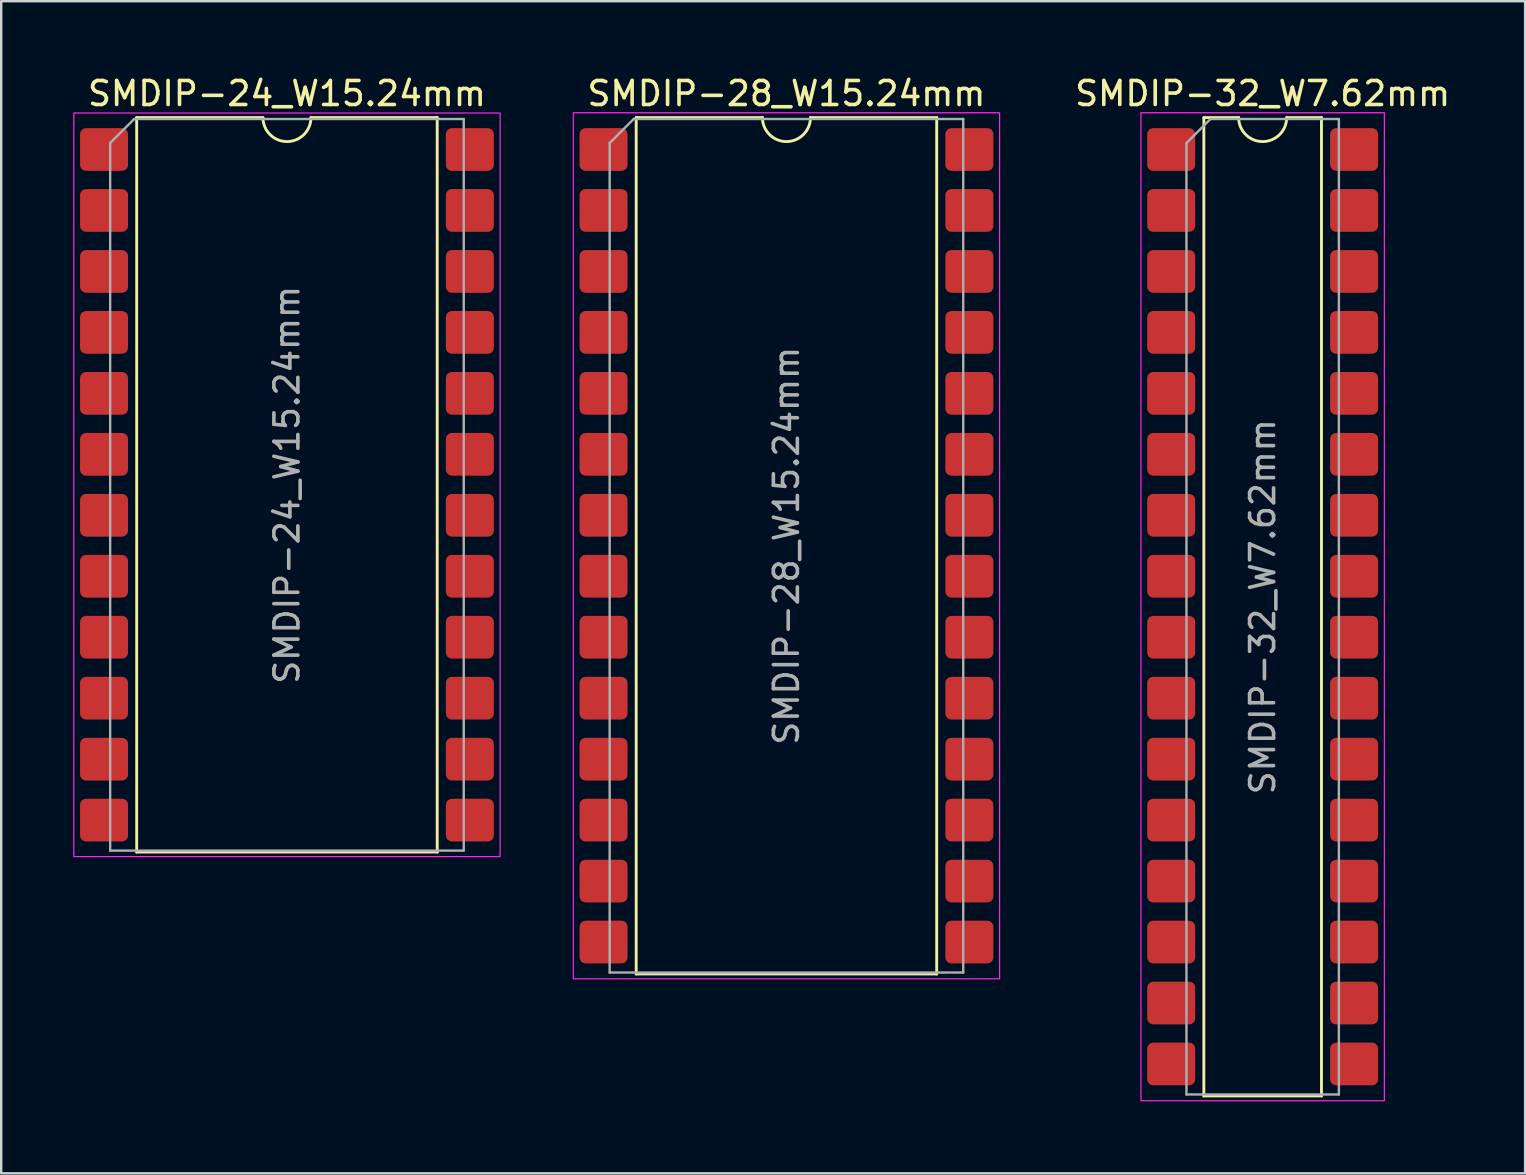
<source format=kicad_pcb>
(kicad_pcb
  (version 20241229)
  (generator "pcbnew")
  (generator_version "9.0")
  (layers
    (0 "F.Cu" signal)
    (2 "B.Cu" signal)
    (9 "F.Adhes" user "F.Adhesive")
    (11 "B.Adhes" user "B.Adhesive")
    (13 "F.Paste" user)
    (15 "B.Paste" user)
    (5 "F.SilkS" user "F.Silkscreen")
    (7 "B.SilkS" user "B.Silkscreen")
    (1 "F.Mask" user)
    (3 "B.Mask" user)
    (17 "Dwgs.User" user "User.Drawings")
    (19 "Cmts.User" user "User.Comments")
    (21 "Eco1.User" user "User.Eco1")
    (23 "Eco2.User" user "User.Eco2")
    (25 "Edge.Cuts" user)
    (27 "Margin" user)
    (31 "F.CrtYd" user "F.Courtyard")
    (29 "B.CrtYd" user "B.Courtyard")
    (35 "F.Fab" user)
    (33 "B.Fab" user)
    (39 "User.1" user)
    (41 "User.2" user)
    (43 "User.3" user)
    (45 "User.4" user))
  (footprint "SMDIP-32_W7.62mm"
    (layer "F.Cu")
    (at 49.555 22.228)
    (property "Reference" "SMDIP-32_W7.62mm" (at 0 -21.38 0) (layer "F.SilkS") (effects (font (size 1 1) (thickness 0.15))))
    (attr smd)
    (fp_line (start -2.45 -20.38) (end -2.45 20.38) (stroke (width 0.12) (type solid)) (layer "F.SilkS"))
    (fp_line (start -2.45 20.38) (end 2.45 20.38) (stroke (width 0.12) (type solid)) (layer "F.SilkS"))
    (fp_line (start -1 -20.38) (end -2.45 -20.38) (stroke (width 0.12) (type solid)) (layer "F.SilkS"))
    (fp_line (start 2.45 -20.38) (end 1 -20.38) (stroke (width 0.12) (type solid)) (layer "F.SilkS"))
    (fp_line (start 2.45 20.38) (end 2.45 -20.38) (stroke (width 0.12) (type solid)) (layer "F.SilkS"))
    (fp_arc (start 1 -20.38) (mid 0 -19.38) (end -1 -20.38) (stroke (width 0.12) (type solid)) (layer "F.SilkS"))
    (fp_rect (start -5.07 -20.58) (end 5.07 20.58) (stroke (width 0.05) (type solid)) (fill no) (layer "F.CrtYd"))
    (fp_line (start -3.175 -19.32) (end -2.175 -20.32) (stroke (width 0.1) (type solid)) (layer "F.Fab"))
    (fp_line (start -3.175 20.32) (end -3.175 -19.32) (stroke (width 0.1) (type solid)) (layer "F.Fab"))
    (fp_line (start -2.175 -20.32) (end 3.175 -20.32) (stroke (width 0.1) (type solid)) (layer "F.Fab"))
    (fp_line (start 3.175 -20.32) (end 3.175 20.32) (stroke (width 0.1) (type solid)) (layer "F.Fab"))
    (fp_line (start 3.175 20.32) (end -3.175 20.32) (stroke (width 0.1) (type solid)) (layer "F.Fab"))
    (fp_text user "${REFERENCE}" (at 0 0 90) (layer "F.Fab") (effects (font (size 1 1) (thickness 0.15))))
    (pad "1" smd roundrect (at -3.81 -19.05) (size 2 1.78) (layers "F.Cu" "F.Mask" "F.Paste") (roundrect_rratio 0.14))
    (pad "2" smd roundrect (at -3.81 -16.51) (size 2 1.78) (layers "F.Cu" "F.Mask" "F.Paste") (roundrect_rratio 0.14))
    (pad "3" smd roundrect (at -3.81 -13.97) (size 2 1.78) (layers "F.Cu" "F.Mask" "F.Paste") (roundrect_rratio 0.14))
    (pad "4" smd roundrect (at -3.81 -11.43) (size 2 1.78) (layers "F.Cu" "F.Mask" "F.Paste") (roundrect_rratio 0.14))
    (pad "5" smd roundrect (at -3.81 -8.89) (size 2 1.78) (layers "F.Cu" "F.Mask" "F.Paste") (roundrect_rratio 0.14))
    (pad "6" smd roundrect (at -3.81 -6.35) (size 2 1.78) (layers "F.Cu" "F.Mask" "F.Paste") (roundrect_rratio 0.14))
    (pad "7" smd roundrect (at -3.81 -3.81) (size 2 1.78) (layers "F.Cu" "F.Mask" "F.Paste") (roundrect_rratio 0.14))
    (pad "8" smd roundrect (at -3.81 -1.27) (size 2 1.78) (layers "F.Cu" "F.Mask" "F.Paste") (roundrect_rratio 0.14))
    (pad "9" smd roundrect (at -3.81 1.27) (size 2 1.78) (layers "F.Cu" "F.Mask" "F.Paste") (roundrect_rratio 0.14))
    (pad "10" smd roundrect (at -3.81 3.81) (size 2 1.78) (layers "F.Cu" "F.Mask" "F.Paste") (roundrect_rratio 0.14))
    (pad "11" smd roundrect (at -3.81 6.35) (size 2 1.78) (layers "F.Cu" "F.Mask" "F.Paste") (roundrect_rratio 0.14))
    (pad "12" smd roundrect (at -3.81 8.89) (size 2 1.78) (layers "F.Cu" "F.Mask" "F.Paste") (roundrect_rratio 0.14))
    (pad "13" smd roundrect (at -3.81 11.43) (size 2 1.78) (layers "F.Cu" "F.Mask" "F.Paste") (roundrect_rratio 0.14))
    (pad "14" smd roundrect (at -3.81 13.97) (size 2 1.78) (layers "F.Cu" "F.Mask" "F.Paste") (roundrect_rratio 0.14))
    (pad "15" smd roundrect (at -3.81 16.51) (size 2 1.78) (layers "F.Cu" "F.Mask" "F.Paste") (roundrect_rratio 0.14))
    (pad "16" smd roundrect (at -3.81 19.05) (size 2 1.78) (layers "F.Cu" "F.Mask" "F.Paste") (roundrect_rratio 0.14))
    (pad "17" smd roundrect (at 3.81 19.05) (size 2 1.78) (layers "F.Cu" "F.Mask" "F.Paste") (roundrect_rratio 0.14))
    (pad "18" smd roundrect (at 3.81 16.51) (size 2 1.78) (layers "F.Cu" "F.Mask" "F.Paste") (roundrect_rratio 0.14))
    (pad "19" smd roundrect (at 3.81 13.97) (size 2 1.78) (layers "F.Cu" "F.Mask" "F.Paste") (roundrect_rratio 0.14))
    (pad "20" smd roundrect (at 3.81 11.43) (size 2 1.78) (layers "F.Cu" "F.Mask" "F.Paste") (roundrect_rratio 0.14))
    (pad "21" smd roundrect (at 3.81 8.89) (size 2 1.78) (layers "F.Cu" "F.Mask" "F.Paste") (roundrect_rratio 0.14))
    (pad "22" smd roundrect (at 3.81 6.35) (size 2 1.78) (layers "F.Cu" "F.Mask" "F.Paste") (roundrect_rratio 0.14))
    (pad "23" smd roundrect (at 3.81 3.81) (size 2 1.78) (layers "F.Cu" "F.Mask" "F.Paste") (roundrect_rratio 0.14))
    (pad "24" smd roundrect (at 3.81 1.27) (size 2 1.78) (layers "F.Cu" "F.Mask" "F.Paste") (roundrect_rratio 0.14))
    (pad "25" smd roundrect (at 3.81 -1.27) (size 2 1.78) (layers "F.Cu" "F.Mask" "F.Paste") (roundrect_rratio 0.14))
    (pad "26" smd roundrect (at 3.81 -3.81) (size 2 1.78) (layers "F.Cu" "F.Mask" "F.Paste") (roundrect_rratio 0.14))
    (pad "27" smd roundrect (at 3.81 -6.35) (size 2 1.78) (layers "F.Cu" "F.Mask" "F.Paste") (roundrect_rratio 0.14))
    (pad "28" smd roundrect (at 3.81 -8.89) (size 2 1.78) (layers "F.Cu" "F.Mask" "F.Paste") (roundrect_rratio 0.14))
    (pad "29" smd roundrect (at 3.81 -11.43) (size 2 1.78) (layers "F.Cu" "F.Mask" "F.Paste") (roundrect_rratio 0.14))
    (pad "30" smd roundrect (at 3.81 -13.97) (size 2 1.78) (layers "F.Cu" "F.Mask" "F.Paste") (roundrect_rratio 0.14))
    (pad "31" smd roundrect (at 3.81 -16.51) (size 2 1.78) (layers "F.Cu" "F.Mask" "F.Paste") (roundrect_rratio 0.14))
    (pad "32" smd roundrect (at 3.81 -19.05) (size 2 1.78) (layers "F.Cu" "F.Mask" "F.Paste") (roundrect_rratio 0.14)))
  (footprint "SMDIP-24_W15.24mm"
    (layer "F.Cu")
    (at 8.905 17.148)
    (property "Reference" "SMDIP-24_W15.24mm" (at 0 -16.3 0) (layer "F.SilkS") (effects (font (size 1 1) (thickness 0.15))))
    (attr smd)
    (fp_line (start -6.26 -15.3) (end -6.26 15.3) (stroke (width 0.12) (type solid)) (layer "F.SilkS"))
    (fp_line (start -6.26 15.3) (end 6.26 15.3) (stroke (width 0.12) (type solid)) (layer "F.SilkS"))
    (fp_line (start -1 -15.3) (end -6.26 -15.3) (stroke (width 0.12) (type solid)) (layer "F.SilkS"))
    (fp_line (start 6.26 -15.3) (end 1 -15.3) (stroke (width 0.12) (type solid)) (layer "F.SilkS"))
    (fp_line (start 6.26 15.3) (end 6.26 -15.3) (stroke (width 0.12) (type solid)) (layer "F.SilkS"))
    (fp_arc (start 1 -15.3) (mid 0 -14.3) (end -1 -15.3) (stroke (width 0.12) (type solid)) (layer "F.SilkS"))
    (fp_rect (start -8.88 -15.49) (end 8.88 15.49) (stroke (width 0.05) (type solid)) (fill no) (layer "F.CrtYd"))
    (fp_line (start -7.365 -14.24) (end -6.365 -15.24) (stroke (width 0.1) (type solid)) (layer "F.Fab"))
    (fp_line (start -7.365 15.24) (end -7.365 -14.24) (stroke (width 0.1) (type solid)) (layer "F.Fab"))
    (fp_line (start -6.365 -15.24) (end 7.365 -15.24) (stroke (width 0.1) (type solid)) (layer "F.Fab"))
    (fp_line (start 7.365 -15.24) (end 7.365 15.24) (stroke (width 0.1) (type solid)) (layer "F.Fab"))
    (fp_line (start 7.365 15.24) (end -7.365 15.24) (stroke (width 0.1) (type solid)) (layer "F.Fab"))
    (fp_text user "${REFERENCE}" (at 0 0 90) (layer "F.Fab") (effects (font (size 1 1) (thickness 0.15))))
    (pad "1" smd roundrect (at -7.62 -13.97) (size 2 1.78) (layers "F.Cu" "F.Mask" "F.Paste") (roundrect_rratio 0.14))
    (pad "2" smd roundrect (at -7.62 -11.43) (size 2 1.78) (layers "F.Cu" "F.Mask" "F.Paste") (roundrect_rratio 0.14))
    (pad "3" smd roundrect (at -7.62 -8.89) (size 2 1.78) (layers "F.Cu" "F.Mask" "F.Paste") (roundrect_rratio 0.14))
    (pad "4" smd roundrect (at -7.62 -6.35) (size 2 1.78) (layers "F.Cu" "F.Mask" "F.Paste") (roundrect_rratio 0.14))
    (pad "5" smd roundrect (at -7.62 -3.81) (size 2 1.78) (layers "F.Cu" "F.Mask" "F.Paste") (roundrect_rratio 0.14))
    (pad "6" smd roundrect (at -7.62 -1.27) (size 2 1.78) (layers "F.Cu" "F.Mask" "F.Paste") (roundrect_rratio 0.14))
    (pad "7" smd roundrect (at -7.62 1.27) (size 2 1.78) (layers "F.Cu" "F.Mask" "F.Paste") (roundrect_rratio 0.14))
    (pad "8" smd roundrect (at -7.62 3.81) (size 2 1.78) (layers "F.Cu" "F.Mask" "F.Paste") (roundrect_rratio 0.14))
    (pad "9" smd roundrect (at -7.62 6.35) (size 2 1.78) (layers "F.Cu" "F.Mask" "F.Paste") (roundrect_rratio 0.14))
    (pad "10" smd roundrect (at -7.62 8.89) (size 2 1.78) (layers "F.Cu" "F.Mask" "F.Paste") (roundrect_rratio 0.14))
    (pad "11" smd roundrect (at -7.62 11.43) (size 2 1.78) (layers "F.Cu" "F.Mask" "F.Paste") (roundrect_rratio 0.14))
    (pad "12" smd roundrect (at -7.62 13.97) (size 2 1.78) (layers "F.Cu" "F.Mask" "F.Paste") (roundrect_rratio 0.14))
    (pad "13" smd roundrect (at 7.62 13.97) (size 2 1.78) (layers "F.Cu" "F.Mask" "F.Paste") (roundrect_rratio 0.14))
    (pad "14" smd roundrect (at 7.62 11.43) (size 2 1.78) (layers "F.Cu" "F.Mask" "F.Paste") (roundrect_rratio 0.14))
    (pad "15" smd roundrect (at 7.62 8.89) (size 2 1.78) (layers "F.Cu" "F.Mask" "F.Paste") (roundrect_rratio 0.14))
    (pad "16" smd roundrect (at 7.62 6.35) (size 2 1.78) (layers "F.Cu" "F.Mask" "F.Paste") (roundrect_rratio 0.14))
    (pad "17" smd roundrect (at 7.62 3.81) (size 2 1.78) (layers "F.Cu" "F.Mask" "F.Paste") (roundrect_rratio 0.14))
    (pad "18" smd roundrect (at 7.62 1.27) (size 2 1.78) (layers "F.Cu" "F.Mask" "F.Paste") (roundrect_rratio 0.14))
    (pad "19" smd roundrect (at 7.62 -1.27) (size 2 1.78) (layers "F.Cu" "F.Mask" "F.Paste") (roundrect_rratio 0.14))
    (pad "20" smd roundrect (at 7.62 -3.81) (size 2 1.78) (layers "F.Cu" "F.Mask" "F.Paste") (roundrect_rratio 0.14))
    (pad "21" smd roundrect (at 7.62 -6.35) (size 2 1.78) (layers "F.Cu" "F.Mask" "F.Paste") (roundrect_rratio 0.14))
    (pad "22" smd roundrect (at 7.62 -8.89) (size 2 1.78) (layers "F.Cu" "F.Mask" "F.Paste") (roundrect_rratio 0.14))
    (pad "23" smd roundrect (at 7.62 -11.43) (size 2 1.78) (layers "F.Cu" "F.Mask" "F.Paste") (roundrect_rratio 0.14))
    (pad "24" smd roundrect (at 7.62 -13.97) (size 2 1.78) (layers "F.Cu" "F.Mask" "F.Paste") (roundrect_rratio 0.14)))
  (footprint "SMDIP-28_W15.24mm"
    (layer "F.Cu")
    (at 29.715 19.688)
    (property "Reference" "SMDIP-28_W15.24mm" (at 0 -18.84 0) (layer "F.SilkS") (effects (font (size 1 1) (thickness 0.15))))
    (attr smd)
    (fp_line (start -6.26 -17.84) (end -6.26 17.84) (stroke (width 0.12) (type solid)) (layer "F.SilkS"))
    (fp_line (start -6.26 17.84) (end 6.26 17.84) (stroke (width 0.12) (type solid)) (layer "F.SilkS"))
    (fp_line (start -1 -17.84) (end -6.26 -17.84) (stroke (width 0.12) (type solid)) (layer "F.SilkS"))
    (fp_line (start 6.26 -17.84) (end 1 -17.84) (stroke (width 0.12) (type solid)) (layer "F.SilkS"))
    (fp_line (start 6.26 17.84) (end 6.26 -17.84) (stroke (width 0.12) (type solid)) (layer "F.SilkS"))
    (fp_arc (start 1 -17.84) (mid 0 -16.84) (end -1 -17.84) (stroke (width 0.12) (type solid)) (layer "F.SilkS"))
    (fp_rect (start -8.88 -18.04) (end 8.88 18.04) (stroke (width 0.05) (type solid)) (fill no) (layer "F.CrtYd"))
    (fp_line (start -7.365 -16.78) (end -6.365 -17.78) (stroke (width 0.1) (type solid)) (layer "F.Fab"))
    (fp_line (start -7.365 17.78) (end -7.365 -16.78) (stroke (width 0.1) (type solid)) (layer "F.Fab"))
    (fp_line (start -6.365 -17.78) (end 7.365 -17.78) (stroke (width 0.1) (type solid)) (layer "F.Fab"))
    (fp_line (start 7.365 -17.78) (end 7.365 17.78) (stroke (width 0.1) (type solid)) (layer "F.Fab"))
    (fp_line (start 7.365 17.78) (end -7.365 17.78) (stroke (width 0.1) (type solid)) (layer "F.Fab"))
    (fp_text user "${REFERENCE}" (at 0 0 90) (layer "F.Fab") (effects (font (size 1 1) (thickness 0.15))))
    (pad "1" smd roundrect (at -7.62 -16.51) (size 2 1.78) (layers "F.Cu" "F.Mask" "F.Paste") (roundrect_rratio 0.14))
    (pad "2" smd roundrect (at -7.62 -13.97) (size 2 1.78) (layers "F.Cu" "F.Mask" "F.Paste") (roundrect_rratio 0.14))
    (pad "3" smd roundrect (at -7.62 -11.43) (size 2 1.78) (layers "F.Cu" "F.Mask" "F.Paste") (roundrect_rratio 0.14))
    (pad "4" smd roundrect (at -7.62 -8.89) (size 2 1.78) (layers "F.Cu" "F.Mask" "F.Paste") (roundrect_rratio 0.14))
    (pad "5" smd roundrect (at -7.62 -6.35) (size 2 1.78) (layers "F.Cu" "F.Mask" "F.Paste") (roundrect_rratio 0.14))
    (pad "6" smd roundrect (at -7.62 -3.81) (size 2 1.78) (layers "F.Cu" "F.Mask" "F.Paste") (roundrect_rratio 0.14))
    (pad "7" smd roundrect (at -7.62 -1.27) (size 2 1.78) (layers "F.Cu" "F.Mask" "F.Paste") (roundrect_rratio 0.14))
    (pad "8" smd roundrect (at -7.62 1.27) (size 2 1.78) (layers "F.Cu" "F.Mask" "F.Paste") (roundrect_rratio 0.14))
    (pad "9" smd roundrect (at -7.62 3.81) (size 2 1.78) (layers "F.Cu" "F.Mask" "F.Paste") (roundrect_rratio 0.14))
    (pad "10" smd roundrect (at -7.62 6.35) (size 2 1.78) (layers "F.Cu" "F.Mask" "F.Paste") (roundrect_rratio 0.14))
    (pad "11" smd roundrect (at -7.62 8.89) (size 2 1.78) (layers "F.Cu" "F.Mask" "F.Paste") (roundrect_rratio 0.14))
    (pad "12" smd roundrect (at -7.62 11.43) (size 2 1.78) (layers "F.Cu" "F.Mask" "F.Paste") (roundrect_rratio 0.14))
    (pad "13" smd roundrect (at -7.62 13.97) (size 2 1.78) (layers "F.Cu" "F.Mask" "F.Paste") (roundrect_rratio 0.14))
    (pad "14" smd roundrect (at -7.62 16.51) (size 2 1.78) (layers "F.Cu" "F.Mask" "F.Paste") (roundrect_rratio 0.14))
    (pad "15" smd roundrect (at 7.62 16.51) (size 2 1.78) (layers "F.Cu" "F.Mask" "F.Paste") (roundrect_rratio 0.14))
    (pad "16" smd roundrect (at 7.62 13.97) (size 2 1.78) (layers "F.Cu" "F.Mask" "F.Paste") (roundrect_rratio 0.14))
    (pad "17" smd roundrect (at 7.62 11.43) (size 2 1.78) (layers "F.Cu" "F.Mask" "F.Paste") (roundrect_rratio 0.14))
    (pad "18" smd roundrect (at 7.62 8.89) (size 2 1.78) (layers "F.Cu" "F.Mask" "F.Paste") (roundrect_rratio 0.14))
    (pad "19" smd roundrect (at 7.62 6.35) (size 2 1.78) (layers "F.Cu" "F.Mask" "F.Paste") (roundrect_rratio 0.14))
    (pad "20" smd roundrect (at 7.62 3.81) (size 2 1.78) (layers "F.Cu" "F.Mask" "F.Paste") (roundrect_rratio 0.14))
    (pad "21" smd roundrect (at 7.62 1.27) (size 2 1.78) (layers "F.Cu" "F.Mask" "F.Paste") (roundrect_rratio 0.14))
    (pad "22" smd roundrect (at 7.62 -1.27) (size 2 1.78) (layers "F.Cu" "F.Mask" "F.Paste") (roundrect_rratio 0.14))
    (pad "23" smd roundrect (at 7.62 -3.81) (size 2 1.78) (layers "F.Cu" "F.Mask" "F.Paste") (roundrect_rratio 0.14))
    (pad "24" smd roundrect (at 7.62 -6.35) (size 2 1.78) (layers "F.Cu" "F.Mask" "F.Paste") (roundrect_rratio 0.14))
    (pad "25" smd roundrect (at 7.62 -8.89) (size 2 1.78) (layers "F.Cu" "F.Mask" "F.Paste") (roundrect_rratio 0.14))
    (pad "26" smd roundrect (at 7.62 -11.43) (size 2 1.78) (layers "F.Cu" "F.Mask" "F.Paste") (roundrect_rratio 0.14))
    (pad "27" smd roundrect (at 7.62 -13.97) (size 2 1.78) (layers "F.Cu" "F.Mask" "F.Paste") (roundrect_rratio 0.14))
    (pad "28" smd roundrect (at 7.62 -16.51) (size 2 1.78) (layers "F.Cu" "F.Mask" "F.Paste") (roundrect_rratio 0.14)))
  (gr_rect
    (start -3 -3)
    (end 60.489 45.833)
    (stroke (width 0.1) (type default))
    (fill no)
    (layer "Edge.Cuts")))
</source>
